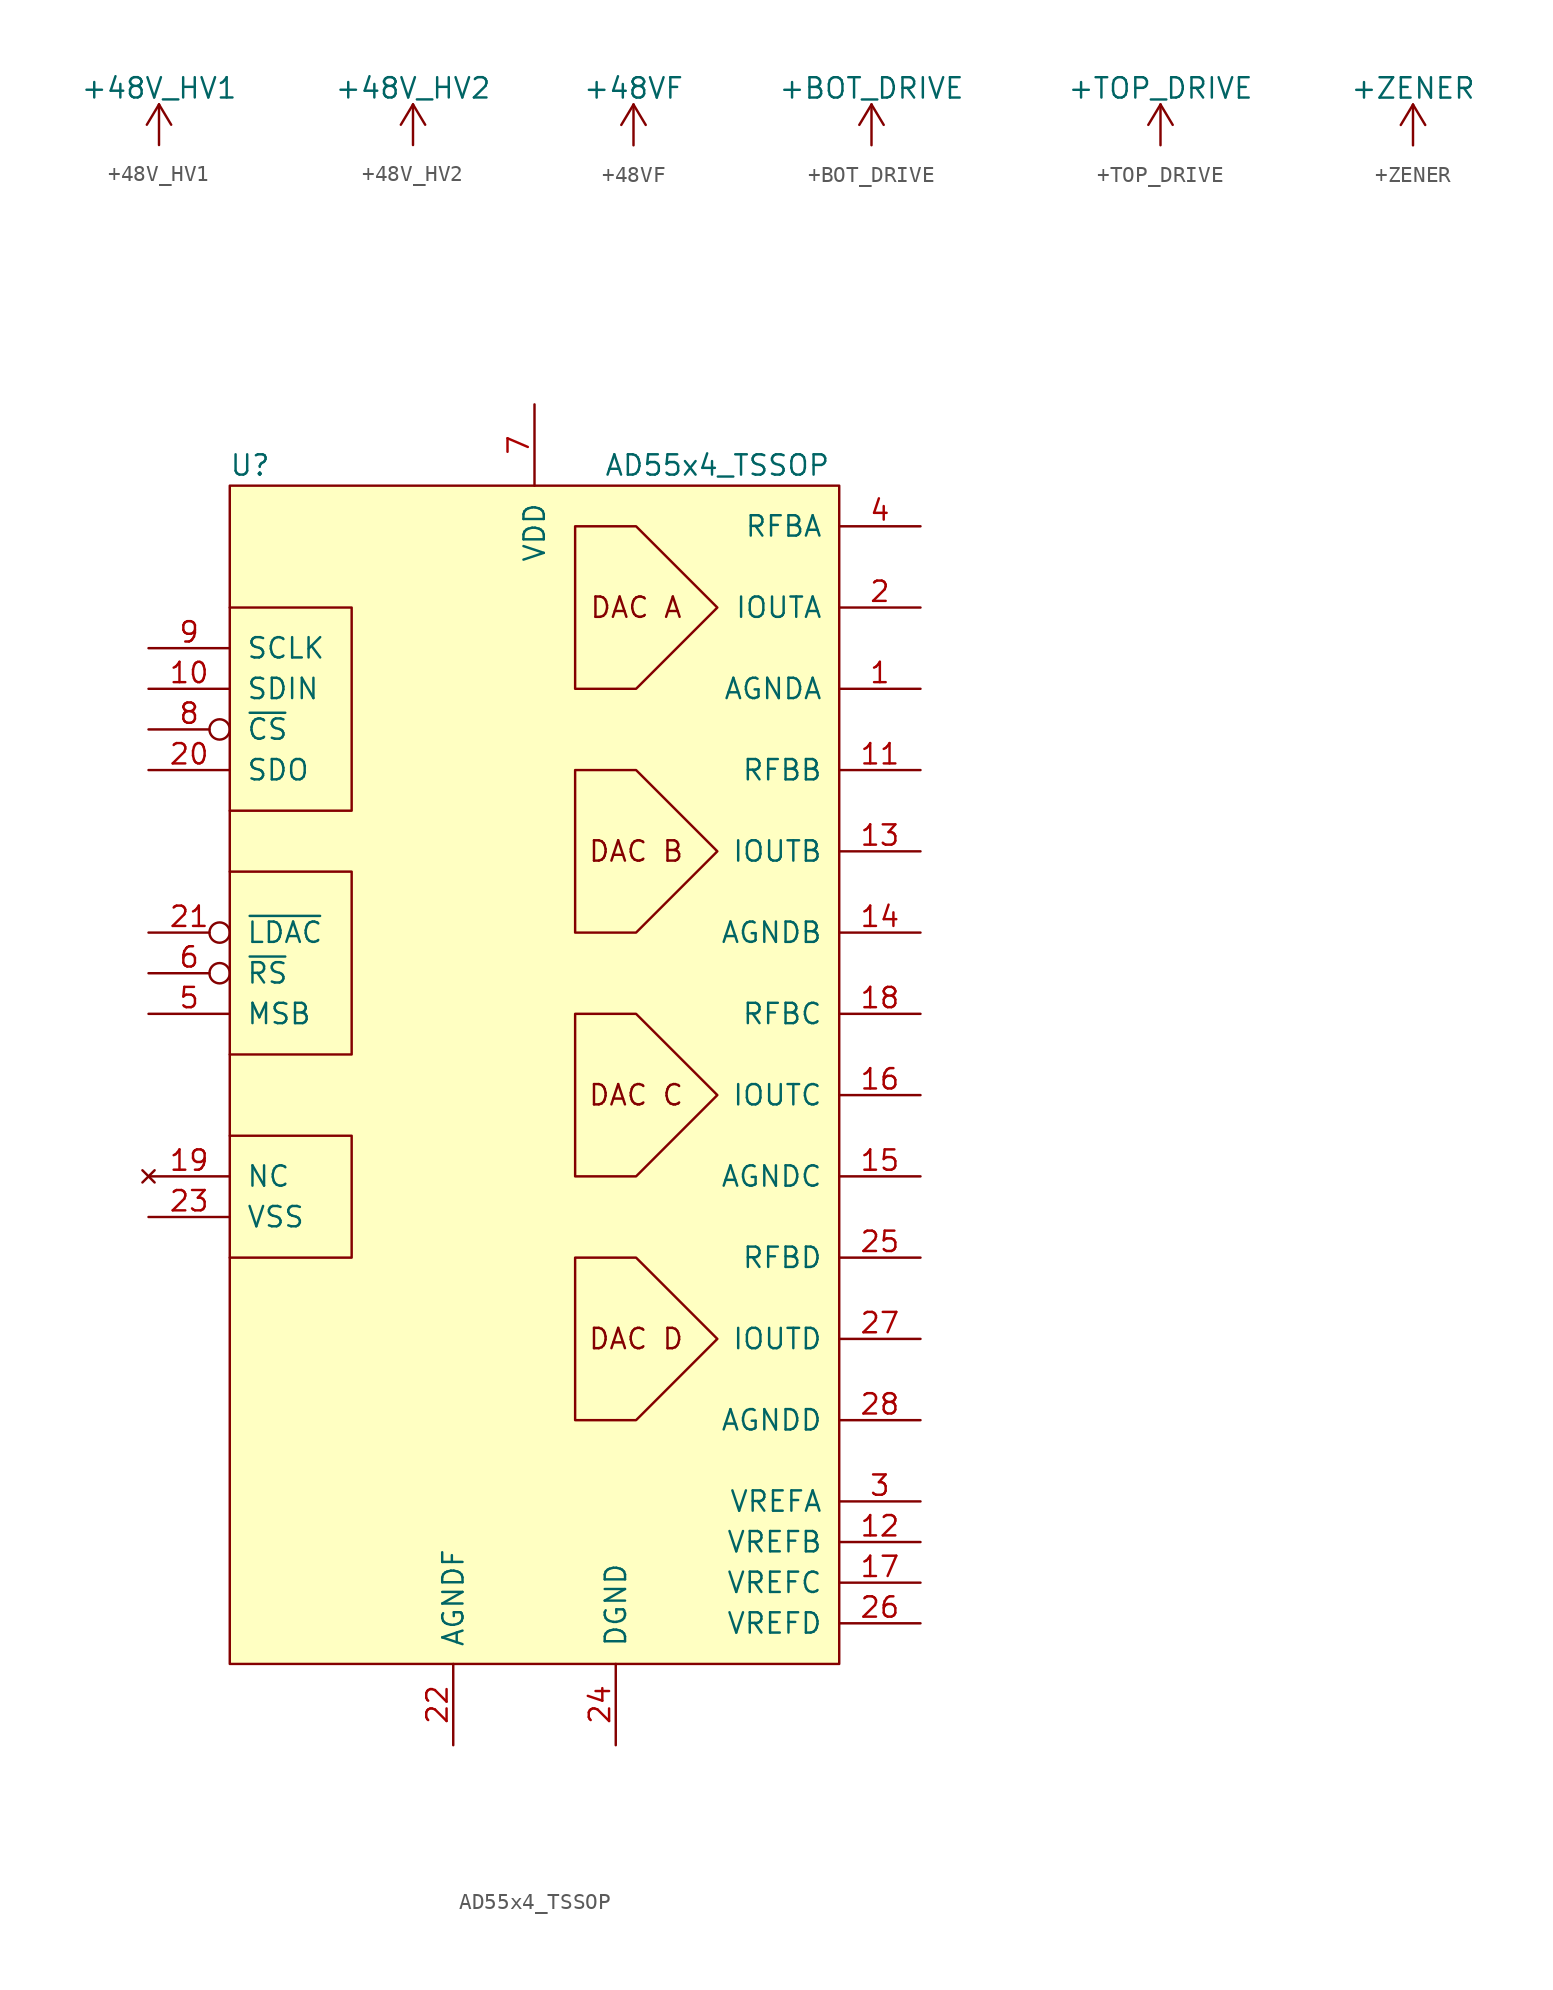
<source format=kicad_sym>
(kicad_symbol_lib
  (version 20211014)
  (generator kicad_symbol_editor)
  (symbol "+48V_HV1"
    (power)
    (pin_names
      (offset 0))
    (property "Reference" "#PWR"
      (at 0 -3.81 0)
      (effects (font (size 1.27 1.27)) hide))
    (property "Value" "+48V_HV1"
      (at 0 3.556 0)
      (effects (font (size 1.27 1.27))))
    (symbol "+48V_HV1_0_1"
      (polyline (pts (xy -0.762 1.27) (xy 0 2.54)) (stroke (width 0) (type default) (color 0 0 0 0)) (fill (type none)))
      (polyline (pts (xy 0 0) (xy 0 2.54)) (stroke (width 0) (type default) (color 0 0 0 0)) (fill (type none)))
      (polyline (pts (xy 0 2.54) (xy 0.762 1.27)) (stroke (width 0) (type default) (color 0 0 0 0)) (fill (type none))))
    (symbol "+48V_HV1_1_1"
      (pin power_in line (at 0 0 90) (length 0) hide (name "+48V_HV1" (effects (font (size 1.27 1.27)))) (number "1" (effects (font (size 1.27 1.27)))))))
  (symbol "+48V_HV2"
    (power)
    (pin_names
      (offset 0))
    (property "Reference" "#PWR"
      (at 0 -3.81 0)
      (effects (font (size 1.27 1.27)) hide))
    (property "Value" "+48V_HV2"
      (at 0 3.556 0)
      (effects (font (size 1.27 1.27))))
    (symbol "+48V_HV2_0_1"
      (polyline (pts (xy -0.762 1.27) (xy 0 2.54)) (stroke (width 0) (type default) (color 0 0 0 0)) (fill (type none)))
      (polyline (pts (xy 0 0) (xy 0 2.54)) (stroke (width 0) (type default) (color 0 0 0 0)) (fill (type none)))
      (polyline (pts (xy 0 2.54) (xy 0.762 1.27)) (stroke (width 0) (type default) (color 0 0 0 0)) (fill (type none))))
    (symbol "+48V_HV2_1_1"
      (pin power_in line (at 0 0 90) (length 0) hide (name "+48V_HV2" (effects (font (size 1.27 1.27)))) (number "1" (effects (font (size 1.27 1.27)))))))
  (symbol "+48VF"
    (power)
    (pin_names
      (offset 0))
    (property "Reference" "#PWR"
      (at 0 -3.81 0)
      (effects (font (size 1.27 1.27)) hide))
    (property "Value" "+48VF"
      (at 0 3.556 0)
      (effects (font (size 1.27 1.27))))
    (symbol "+48VF_0_1"
      (polyline (pts (xy -0.762 1.27) (xy 0 2.54)) (stroke (width 0) (type default) (color 0 0 0 0)) (fill (type none)))
      (polyline (pts (xy 0 0) (xy 0 2.54)) (stroke (width 0) (type default) (color 0 0 0 0)) (fill (type none)))
      (polyline (pts (xy 0 2.54) (xy 0.762 1.27)) (stroke (width 0) (type default) (color 0 0 0 0)) (fill (type none))))
    (symbol "+48VF_1_1"
      (pin power_in line (at 0 0 90) (length 0) hide (name "+48VF" (effects (font (size 1.27 1.27)))) (number "1" (effects (font (size 1.27 1.27)))))))
  (symbol "+BOT_DRIVE"
    (power)
    (pin_names
      (offset 0))
    (property "Reference" "#PWR"
      (at 0 -3.81 0)
      (effects (font (size 1.27 1.27)) hide))
    (property "Value" "+BOT_DRIVE"
      (at 0 3.556 0)
      (effects (font (size 1.27 1.27))))
    (symbol "+BOT_DRIVE_0_1"
      (polyline (pts (xy -0.762 1.27) (xy 0 2.54)) (stroke (width 0) (type default) (color 0 0 0 0)) (fill (type none)))
      (polyline (pts (xy 0 0) (xy 0 2.54)) (stroke (width 0) (type default) (color 0 0 0 0)) (fill (type none)))
      (polyline (pts (xy 0 2.54) (xy 0.762 1.27)) (stroke (width 0) (type default) (color 0 0 0 0)) (fill (type none))))
    (symbol "+BOT_DRIVE_1_1"
      (pin power_in line (at 0 0 90) (length 0) hide (name "+BOT_DRIVE" (effects (font (size 1.27 1.27)))) (number "1" (effects (font (size 1.27 1.27)))))))
  (symbol "+TOP_DRIVE"
    (power)
    (pin_names
      (offset 0))
    (property "Reference" "#PWR"
      (at 0 -3.81 0)
      (effects (font (size 1.27 1.27)) hide))
    (property "Value" "+TOP_DRIVE"
      (at 0 3.556 0)
      (effects (font (size 1.27 1.27))))
    (symbol "+TOP_DRIVE_0_1"
      (polyline (pts (xy -0.762 1.27) (xy 0 2.54)) (stroke (width 0) (type default) (color 0 0 0 0)) (fill (type none)))
      (polyline (pts (xy 0 0) (xy 0 2.54)) (stroke (width 0) (type default) (color 0 0 0 0)) (fill (type none)))
      (polyline (pts (xy 0 2.54) (xy 0.762 1.27)) (stroke (width 0) (type default) (color 0 0 0 0)) (fill (type none))))
    (symbol "+TOP_DRIVE_1_1"
      (pin power_in line (at 0 0 90) (length 0) hide (name "+TOP_DRIVE" (effects (font (size 1.27 1.27)))) (number "1" (effects (font (size 1.27 1.27)))))))
  (symbol "+ZENER"
    (power)
    (pin_names
      (offset 0))
    (property "Reference" "#PWR"
      (at 0 -3.81 0)
      (effects (font (size 1.27 1.27)) hide))
    (property "Value" "+ZENER"
      (at 0 3.556 0)
      (effects (font (size 1.27 1.27))))
    (symbol "+ZENER_0_1"
      (polyline (pts (xy -0.762 1.27) (xy 0 2.54)) (stroke (width 0) (type default) (color 0 0 0 0)) (fill (type none)))
      (polyline (pts (xy 0 0) (xy 0 2.54)) (stroke (width 0) (type default) (color 0 0 0 0)) (fill (type none)))
      (polyline (pts (xy 0 2.54) (xy 0.762 1.27)) (stroke (width 0) (type default) (color 0 0 0 0)) (fill (type none))))
    (symbol "+ZENER_1_1"
      (pin power_in line (at 0 0 90) (length 0) hide (name "+ZENER" (effects (font (size 1.27 1.27)))) (number "1" (effects (font (size 1.27 1.27)))))))
  (symbol "AD55x4_TSSOP"
    (pin_names
      (offset 1.016))
    (property "Reference" "U"
      (at -17.78 31.75 0)
      (effects (font (size 1.27 1.27))))
    (property "Value" "AD55x4_TSSOP"
      (at 11.43 31.75 0)
      (effects (font (size 1.27 1.27))))
    (symbol "AD55x4_TSSOP_0_0"
      (rectangle (start -19.05 30.48) (end 19.05 -43.18) (stroke (width 0) (type default) (color 0 0 0 0)) (fill (type background)))
      (polyline (pts (xy -19.05 -10.16) (xy -11.43 -10.16) (xy -11.43 -17.78) (xy -19.05 -17.78)) (stroke (width 0) (type default) (color 0 0 0 0)) (fill (type none)))
      (polyline (pts (xy -19.05 6.35) (xy -11.43 6.35) (xy -11.43 -5.08) (xy -19.05 -5.08)) (stroke (width 0) (type default) (color 0 0 0 0)) (fill (type none)))
      (polyline (pts (xy -19.05 22.86) (xy -11.43 22.86) (xy -11.43 10.16) (xy -19.05 10.16)) (stroke (width 0) (type default) (color 0 0 0 0)) (fill (type none)))
      (polyline (pts (xy 11.43 22.86) (xy 6.35 27.94) (xy 2.54 27.94) (xy 2.54 17.78) (xy 6.35 17.78) (xy 11.43 22.86)) (stroke (width 0) (type default) (color 0 0 0 0)) (fill (type none)))
      (text "DAC A" (at 6.35 22.86 0) (effects (font (size 1.27 1.27))))
      (text "DAC B" (at 6.35 7.62 0) (effects (font (size 1.27 1.27))))
      (text "DAC C" (at 6.35 -7.62 0) (effects (font (size 1.27 1.27))))
      (text "DAC D" (at 6.35 -22.86 0) (effects (font (size 1.27 1.27)))))
    (symbol "AD55x4_TSSOP_1_1"
      (polyline (pts (xy 11.43 -22.86) (xy 6.35 -17.78) (xy 2.54 -17.78) (xy 2.54 -27.94) (xy 6.35 -27.94) (xy 11.43 -22.86)) (stroke (width 0) (type default) (color 0 0 0 0)) (fill (type none)))
      (polyline (pts (xy 11.43 -7.62) (xy 6.35 -2.54) (xy 2.54 -2.54) (xy 2.54 -12.7) (xy 6.35 -12.7) (xy 11.43 -7.62)) (stroke (width 0) (type default) (color 0 0 0 0)) (fill (type none)))
      (polyline (pts (xy 11.43 7.62) (xy 6.35 12.7) (xy 2.54 12.7) (xy 2.54 2.54) (xy 6.35 2.54) (xy 11.43 7.62)) (stroke (width 0) (type default) (color 0 0 0 0)) (fill (type none)))
      (pin passive line (at 24.13 17.78 180) (length 5.08) (name "AGNDA" (effects (font (size 1.27 1.27)))) (number "1" (effects (font (size 1.27 1.27)))))
      (pin input line (at -24.13 17.78 0) (length 5.08) (name "SDIN" (effects (font (size 1.27 1.27)))) (number "10" (effects (font (size 1.27 1.27)))))
      (pin input line (at 24.13 12.7 180) (length 5.08) (name "RFBB" (effects (font (size 1.27 1.27)))) (number "11" (effects (font (size 1.27 1.27)))))
      (pin input line (at 24.13 -35.56 180) (length 5.08) (name "VREFB" (effects (font (size 1.27 1.27)))) (number "12" (effects (font (size 1.27 1.27)))))
      (pin output line (at 24.13 7.62 180) (length 5.08) (name "IOUTB" (effects (font (size 1.27 1.27)))) (number "13" (effects (font (size 1.27 1.27)))))
      (pin passive line (at 24.13 2.54 180) (length 5.08) (name "AGNDB" (effects (font (size 1.27 1.27)))) (number "14" (effects (font (size 1.27 1.27)))))
      (pin passive line (at 24.13 -12.7 180) (length 5.08) (name "AGNDC" (effects (font (size 1.27 1.27)))) (number "15" (effects (font (size 1.27 1.27)))))
      (pin output line (at 24.13 -7.62 180) (length 5.08) (name "IOUTC" (effects (font (size 1.27 1.27)))) (number "16" (effects (font (size 1.27 1.27)))))
      (pin input line (at 24.13 -38.1 180) (length 5.08) (name "VREFC" (effects (font (size 1.27 1.27)))) (number "17" (effects (font (size 1.27 1.27)))))
      (pin input line (at 24.13 -2.54 180) (length 5.08) (name "RFBC" (effects (font (size 1.27 1.27)))) (number "18" (effects (font (size 1.27 1.27)))))
      (pin no_connect line (at -24.13 -12.7 0) (length 5.08) (name "NC" (effects (font (size 1.27 1.27)))) (number "19" (effects (font (size 1.27 1.27)))))
      (pin output line (at 24.13 22.86 180) (length 5.08) (name "IOUTA" (effects (font (size 1.27 1.27)))) (number "2" (effects (font (size 1.27 1.27)))))
      (pin output line (at -24.13 12.7 0) (length 5.08) (name "SDO" (effects (font (size 1.27 1.27)))) (number "20" (effects (font (size 1.27 1.27)))))
      (pin input inverted (at -24.13 2.54 0) (length 5.08) (name "~{LDAC}" (effects (font (size 1.27 1.27)))) (number "21" (effects (font (size 1.27 1.27)))))
      (pin passive line (at -5.08 -48.26 90) (length 5.08) (name "AGNDF" (effects (font (size 1.27 1.27)))) (number "22" (effects (font (size 1.27 1.27)))))
      (pin passive line (at -24.13 -15.24 0) (length 5.08) (name "VSS" (effects (font (size 1.27 1.27)))) (number "23" (effects (font (size 1.27 1.27)))))
      (pin passive line (at 5.08 -48.26 90) (length 5.08) (name "DGND" (effects (font (size 1.27 1.27)))) (number "24" (effects (font (size 1.27 1.27)))))
      (pin input line (at 24.13 -17.78 180) (length 5.08) (name "RFBD" (effects (font (size 1.27 1.27)))) (number "25" (effects (font (size 1.27 1.27)))))
      (pin input line (at 24.13 -40.64 180) (length 5.08) (name "VREFD" (effects (font (size 1.27 1.27)))) (number "26" (effects (font (size 1.27 1.27)))))
      (pin output line (at 24.13 -22.86 180) (length 5.08) (name "IOUTD" (effects (font (size 1.27 1.27)))) (number "27" (effects (font (size 1.27 1.27)))))
      (pin passive line (at 24.13 -27.94 180) (length 5.08) (name "AGNDD" (effects (font (size 1.27 1.27)))) (number "28" (effects (font (size 1.27 1.27)))))
      (pin input line (at 24.13 -33.02 180) (length 5.08) (name "VREFA" (effects (font (size 1.27 1.27)))) (number "3" (effects (font (size 1.27 1.27)))))
      (pin input line (at 24.13 27.94 180) (length 5.08) (name "RFBA" (effects (font (size 1.27 1.27)))) (number "4" (effects (font (size 1.27 1.27)))))
      (pin input line (at -24.13 -2.54 0) (length 5.08) (name "MSB" (effects (font (size 1.27 1.27)))) (number "5" (effects (font (size 1.27 1.27)))))
      (pin input inverted (at -24.13 0 0) (length 5.08) (name "~{RS}" (effects (font (size 1.27 1.27)))) (number "6" (effects (font (size 1.27 1.27)))))
      (pin passive line (at 0 35.56 270) (length 5.08) (name "VDD" (effects (font (size 1.27 1.27)))) (number "7" (effects (font (size 1.27 1.27)))))
      (pin input inverted (at -24.13 15.24 0) (length 5.08) (name "~{CS}" (effects (font (size 1.27 1.27)))) (number "8" (effects (font (size 1.27 1.27)))))
      (pin input line (at -24.13 20.32 0) (length 5.08) (name "SCLK" (effects (font (size 1.27 1.27)))) (number "9" (effects (font (size 1.27 1.27))))))))
</source>
